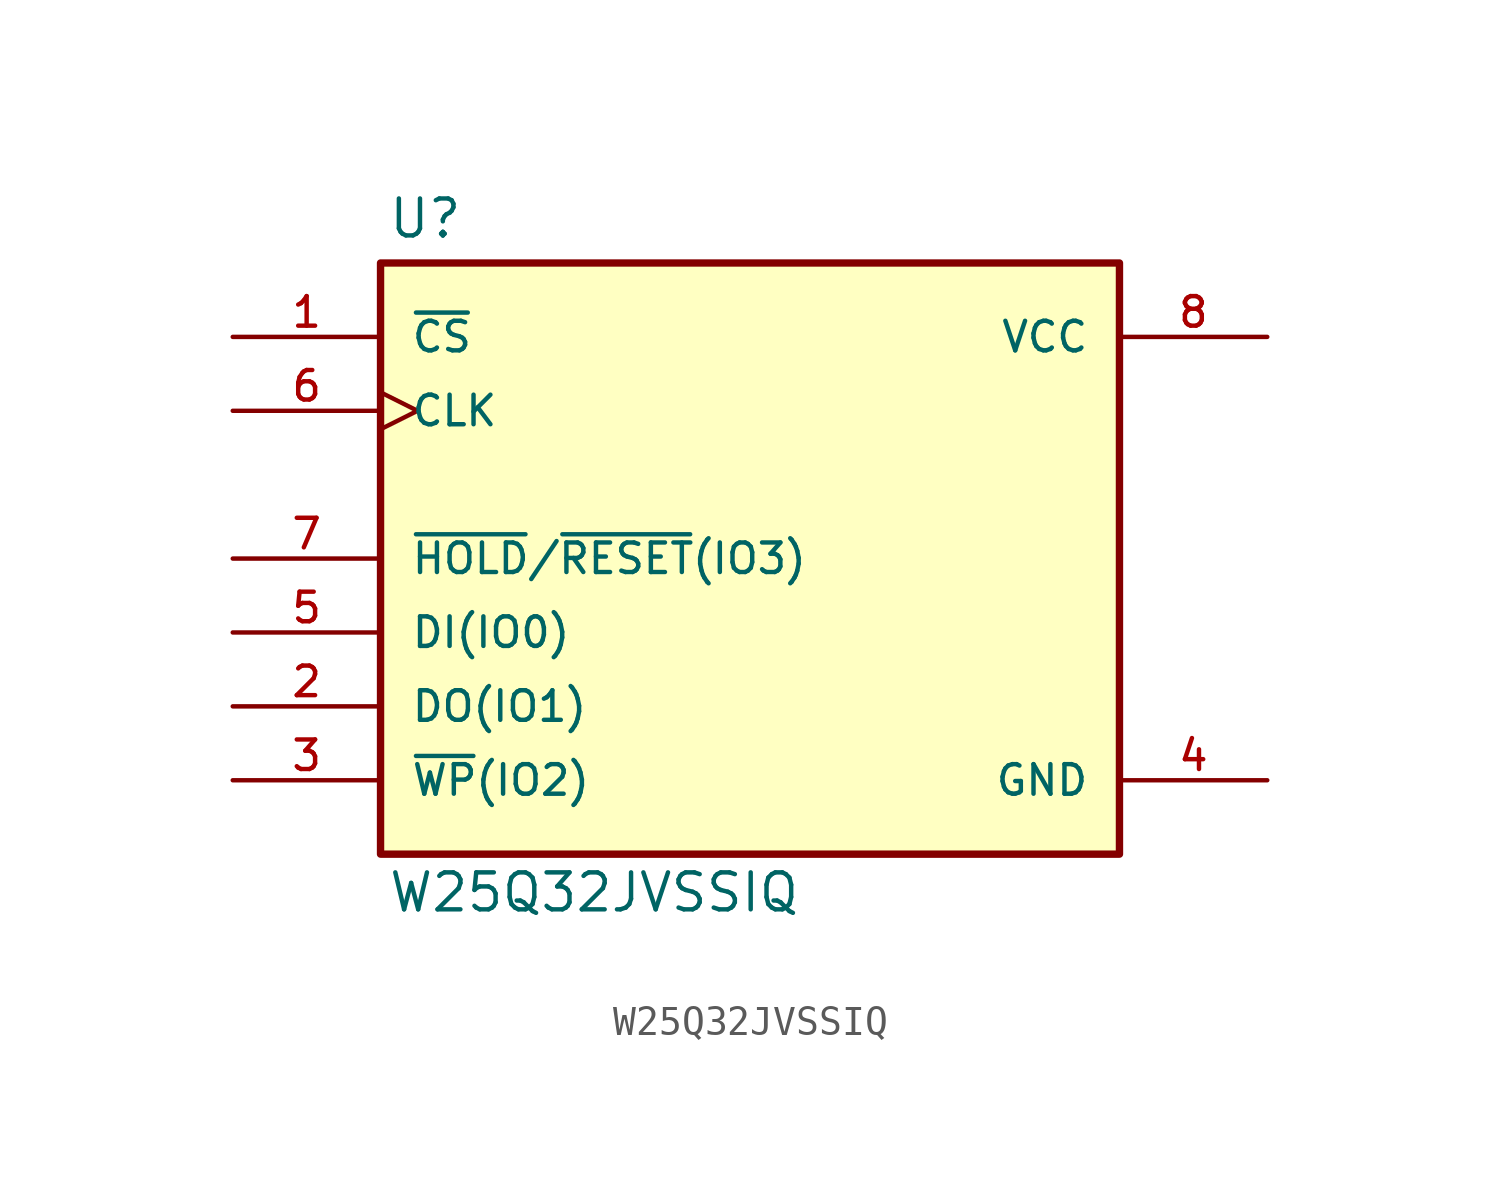
<source format=kicad_sym>
(kicad_symbol_lib
  (version 20211014)
  (generator kicad_symbol_editor)
  (symbol "W25Q32JVSSIQ"
    (pin_names
      (offset 1.016))
    (property "Reference" "U"
      (at -12.472 10.945 0)
      (effects (font (size 1.27 1.27)) (justify bottom left)))
    (property "Value" "W25Q32JVSSIQ"
      (at -12.474 -12.22 0)
      (effects (font (size 1.27 1.27)) (justify bottom left)))
    (symbol "W25Q32JVSSIQ_0_0"
      (rectangle (start -12.7 -10.16) (end 12.7 10.16) (stroke (width 0.254)) (fill (type background)))
      (pin input line (at -17.78 7.62 0) (length 5.08) (name "~{CS}" (effects (font (size 1.016 1.016)))) (number "1" (effects (font (size 1.016 1.016)))))
      (pin bidirectional line (at -17.78 -5.08 0) (length 5.08) (name "DO(IO1)" (effects (font (size 1.016 1.016)))) (number "2" (effects (font (size 1.016 1.016)))))
      (pin bidirectional line (at -17.78 -7.62 0) (length 5.08) (name "~{WP}(IO2)" (effects (font (size 1.016 1.016)))) (number "3" (effects (font (size 1.016 1.016)))))
      (pin power_in line (at 17.78 -7.62 180.0) (length 5.08) (name "GND" (effects (font (size 1.016 1.016)))) (number "4" (effects (font (size 1.016 1.016)))))
      (pin bidirectional line (at -17.78 -2.54 0) (length 5.08) (name "DI(IO0)" (effects (font (size 1.016 1.016)))) (number "5" (effects (font (size 1.016 1.016)))))
      (pin input clock (at -17.78 5.08 0) (length 5.08) (name "CLK" (effects (font (size 1.016 1.016)))) (number "6" (effects (font (size 1.016 1.016)))))
      (pin bidirectional line (at -17.78 0.0 0) (length 5.08) (name "~{HOLD}/~{RESET}(IO3)" (effects (font (size 1.016 1.016)))) (number "7" (effects (font (size 1.016 1.016)))))
      (pin power_in line (at 17.78 7.62 180.0) (length 5.08) (name "VCC" (effects (font (size 1.016 1.016)))) (number "8" (effects (font (size 1.016 1.016))))))))
</source>
